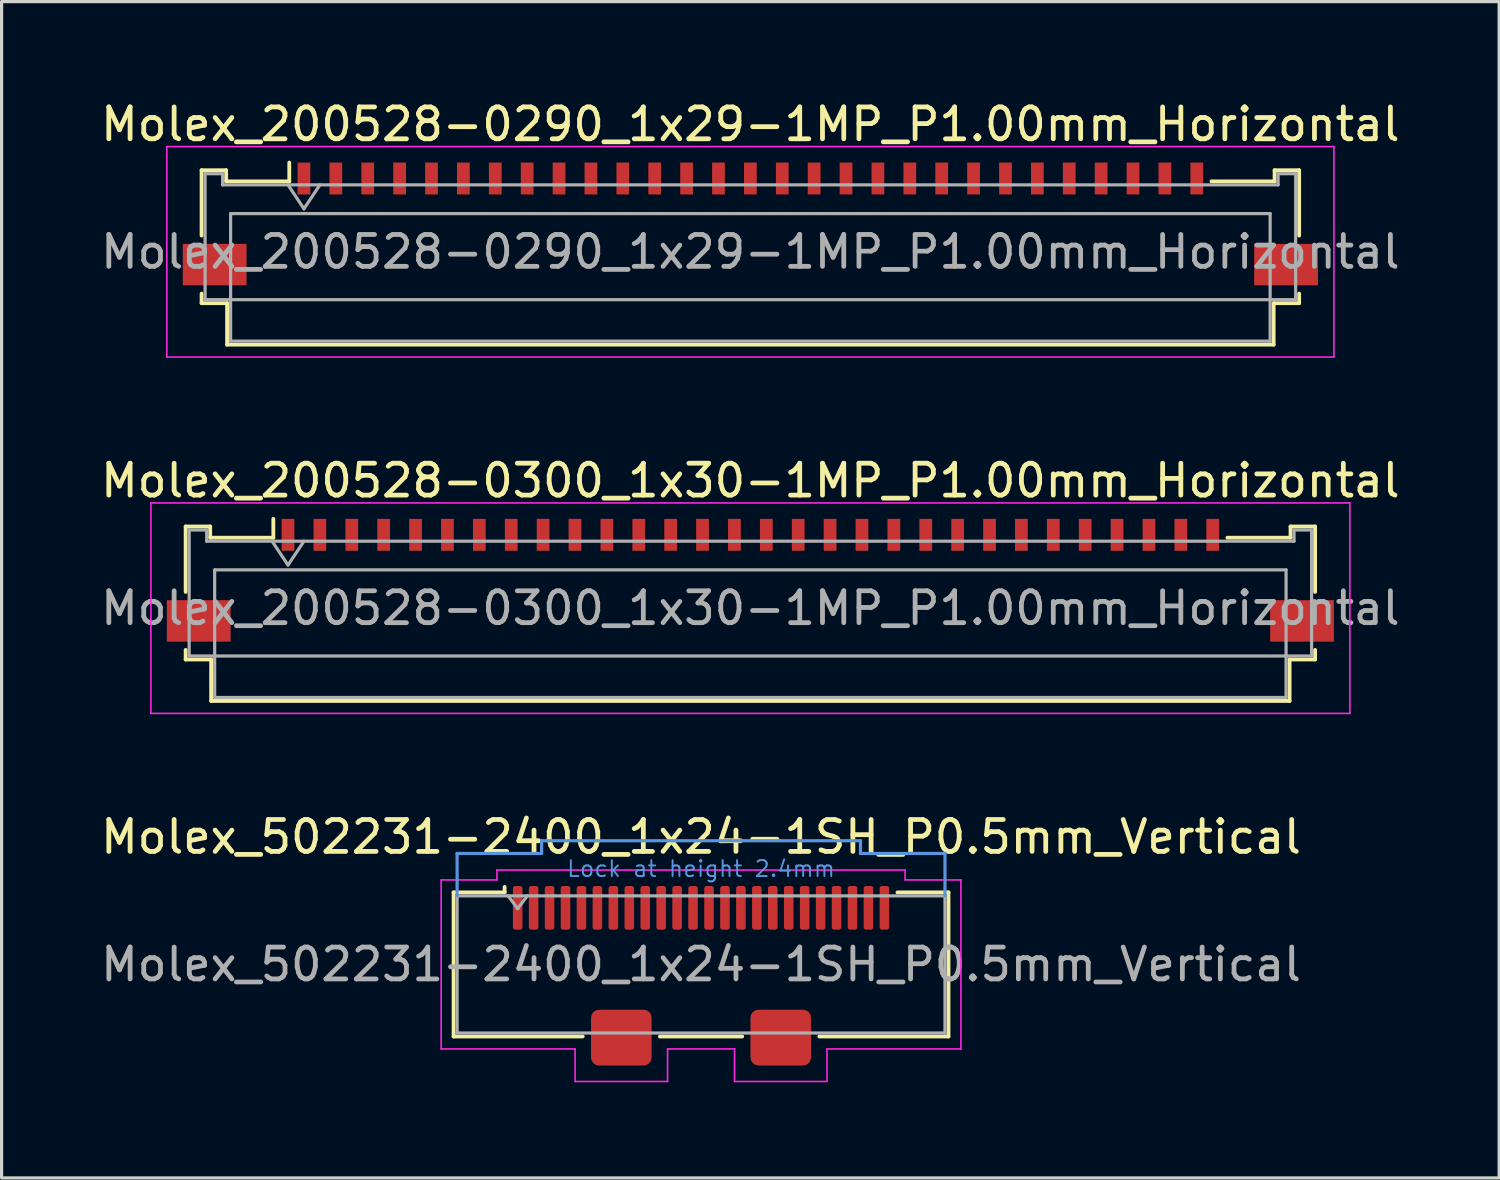
<source format=kicad_pcb>
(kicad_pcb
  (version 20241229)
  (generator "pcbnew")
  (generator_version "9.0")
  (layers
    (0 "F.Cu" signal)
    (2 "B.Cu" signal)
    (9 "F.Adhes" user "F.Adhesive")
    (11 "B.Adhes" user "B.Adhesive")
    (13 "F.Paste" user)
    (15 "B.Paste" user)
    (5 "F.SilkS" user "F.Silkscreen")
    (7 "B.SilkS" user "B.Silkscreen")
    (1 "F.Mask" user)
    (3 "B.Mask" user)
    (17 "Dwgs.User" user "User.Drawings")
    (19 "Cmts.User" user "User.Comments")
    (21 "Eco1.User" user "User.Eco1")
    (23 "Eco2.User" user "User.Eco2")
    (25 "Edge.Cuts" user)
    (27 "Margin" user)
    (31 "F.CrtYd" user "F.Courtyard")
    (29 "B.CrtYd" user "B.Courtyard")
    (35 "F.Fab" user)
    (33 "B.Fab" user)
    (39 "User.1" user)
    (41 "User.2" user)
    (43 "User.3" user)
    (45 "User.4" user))
  (footprint "Molex_200528-0300_1x30-1MP_P1.00mm_Horizontal"
    (layer "F.Cu")
    (at 20.482 14.632)
    (property "Reference" "Molex_200528-0300_1x30-1MP_P1.00mm_Horizontal" (at 0 -2.61 0) (layer "F.SilkS") (effects (font (size 1 1) (thickness 0.15))))
    (attr smd)
    (fp_line (start -17.71 -1.17) (end -17.71 0.88) (stroke (width 0.12) (type solid)) (layer "F.SilkS"))
    (fp_line (start -17.71 2.7) (end -17.71 3) (stroke (width 0.12) (type solid)) (layer "F.SilkS"))
    (fp_line (start -17.71 3) (end -16.91 3) (stroke (width 0.12) (type solid)) (layer "F.SilkS"))
    (fp_line (start -16.94 -1.17) (end -17.71 -1.17) (stroke (width 0.12) (type solid)) (layer "F.SilkS"))
    (fp_line (start -16.94 -0.82) (end -16.94 -1.17) (stroke (width 0.12) (type solid)) (layer "F.SilkS"))
    (fp_line (start -16.91 3) (end -16.91 4.3) (stroke (width 0.12) (type solid)) (layer "F.SilkS"))
    (fp_line (start -16.91 4.3) (end 16.91 4.3) (stroke (width 0.12) (type solid)) (layer "F.SilkS"))
    (fp_line (start -14.96 -1.41) (end -14.96 -0.82) (stroke (width 0.12) (type solid)) (layer "F.SilkS"))
    (fp_line (start -14.96 -0.82) (end -16.94 -0.82) (stroke (width 0.12) (type solid)) (layer "F.SilkS"))
    (fp_line (start 16.91 3) (end 17.71 3) (stroke (width 0.12) (type solid)) (layer "F.SilkS"))
    (fp_line (start 16.91 4.3) (end 16.91 3) (stroke (width 0.12) (type solid)) (layer "F.SilkS"))
    (fp_line (start 16.94 -1.17) (end 16.94 -0.82) (stroke (width 0.12) (type solid)) (layer "F.SilkS"))
    (fp_line (start 16.94 -0.82) (end 14.96 -0.82) (stroke (width 0.12) (type solid)) (layer "F.SilkS"))
    (fp_line (start 17.71 -1.17) (end 16.94 -1.17) (stroke (width 0.12) (type solid)) (layer "F.SilkS"))
    (fp_line (start 17.71 0.88) (end 17.71 -1.17) (stroke (width 0.12) (type solid)) (layer "F.SilkS"))
    (fp_line (start 17.71 3) (end 17.71 2.7) (stroke (width 0.12) (type solid)) (layer "F.SilkS"))
    (fp_line (start -18.8 -1.91) (end -18.8 4.69) (stroke (width 0.05) (type solid)) (layer "F.CrtYd"))
    (fp_line (start -18.8 4.69) (end 18.8 4.69) (stroke (width 0.05) (type solid)) (layer "F.CrtYd"))
    (fp_line (start 18.8 -1.91) (end -18.8 -1.91) (stroke (width 0.05) (type solid)) (layer "F.CrtYd"))
    (fp_line (start 18.8 4.69) (end 18.8 -1.91) (stroke (width 0.05) (type solid)) (layer "F.CrtYd"))
    (fp_line (start -17.6 -1.06) (end -17.6 2.89) (stroke (width 0.1) (type solid)) (layer "F.Fab"))
    (fp_line (start -17.6 2.89) (end 17.6 2.89) (stroke (width 0.1) (type solid)) (layer "F.Fab"))
    (fp_line (start -17.05 -1.06) (end -17.6 -1.06) (stroke (width 0.1) (type solid)) (layer "F.Fab"))
    (fp_line (start -17.05 -0.71) (end -17.05 -1.06) (stroke (width 0.1) (type solid)) (layer "F.Fab"))
    (fp_line (start -16.8 0.19) (end -16.8 4.19) (stroke (width 0.1) (type solid)) (layer "F.Fab"))
    (fp_line (start -16.8 4.19) (end 16.8 4.19) (stroke (width 0.1) (type solid)) (layer "F.Fab"))
    (fp_line (start -15 -0.71) (end -14.5 0.04) (stroke (width 0.1) (type solid)) (layer "F.Fab"))
    (fp_line (start -14.5 0.04) (end -14 -0.71) (stroke (width 0.1) (type solid)) (layer "F.Fab"))
    (fp_line (start 16.8 0.19) (end -16.8 0.19) (stroke (width 0.1) (type solid)) (layer "F.Fab"))
    (fp_line (start 16.8 4.19) (end 16.8 0.19) (stroke (width 0.1) (type solid)) (layer "F.Fab"))
    (fp_line (start 17.05 -1.06) (end 17.05 -0.71) (stroke (width 0.1) (type solid)) (layer "F.Fab"))
    (fp_line (start 17.05 -0.71) (end -17.05 -0.71) (stroke (width 0.1) (type solid)) (layer "F.Fab"))
    (fp_line (start 17.6 -1.06) (end 17.05 -1.06) (stroke (width 0.1) (type solid)) (layer "F.Fab"))
    (fp_line (start 17.6 2.89) (end 17.6 -1.06) (stroke (width 0.1) (type solid)) (layer "F.Fab"))
    (fp_text user "${REFERENCE}" (at 0 1.39 0) (layer "F.Fab") (effects (font (size 1 1) (thickness 0.15))))
    (pad "1" smd rect (at -14.5 -0.91) (size 0.4 1) (layers "F.Cu" "F.Mask" "F.Paste"))
    (pad "2" smd rect (at -13.5 -0.91) (size 0.4 1) (layers "F.Cu" "F.Mask" "F.Paste"))
    (pad "3" smd rect (at -12.5 -0.91) (size 0.4 1) (layers "F.Cu" "F.Mask" "F.Paste"))
    (pad "4" smd rect (at -11.5 -0.91) (size 0.4 1) (layers "F.Cu" "F.Mask" "F.Paste"))
    (pad "5" smd rect (at -10.5 -0.91) (size 0.4 1) (layers "F.Cu" "F.Mask" "F.Paste"))
    (pad "6" smd rect (at -9.5 -0.91) (size 0.4 1) (layers "F.Cu" "F.Mask" "F.Paste"))
    (pad "7" smd rect (at -8.5 -0.91) (size 0.4 1) (layers "F.Cu" "F.Mask" "F.Paste"))
    (pad "8" smd rect (at -7.5 -0.91) (size 0.4 1) (layers "F.Cu" "F.Mask" "F.Paste"))
    (pad "9" smd rect (at -6.5 -0.91) (size 0.4 1) (layers "F.Cu" "F.Mask" "F.Paste"))
    (pad "10" smd rect (at -5.5 -0.91) (size 0.4 1) (layers "F.Cu" "F.Mask" "F.Paste"))
    (pad "11" smd rect (at -4.5 -0.91) (size 0.4 1) (layers "F.Cu" "F.Mask" "F.Paste"))
    (pad "12" smd rect (at -3.5 -0.91) (size 0.4 1) (layers "F.Cu" "F.Mask" "F.Paste"))
    (pad "13" smd rect (at -2.5 -0.91) (size 0.4 1) (layers "F.Cu" "F.Mask" "F.Paste"))
    (pad "14" smd rect (at -1.5 -0.91) (size 0.4 1) (layers "F.Cu" "F.Mask" "F.Paste"))
    (pad "15" smd rect (at -0.5 -0.91) (size 0.4 1) (layers "F.Cu" "F.Mask" "F.Paste"))
    (pad "16" smd rect (at 0.5 -0.91) (size 0.4 1) (layers "F.Cu" "F.Mask" "F.Paste"))
    (pad "17" smd rect (at 1.5 -0.91) (size 0.4 1) (layers "F.Cu" "F.Mask" "F.Paste"))
    (pad "18" smd rect (at 2.5 -0.91) (size 0.4 1) (layers "F.Cu" "F.Mask" "F.Paste"))
    (pad "19" smd rect (at 3.5 -0.91) (size 0.4 1) (layers "F.Cu" "F.Mask" "F.Paste"))
    (pad "20" smd rect (at 4.5 -0.91) (size 0.4 1) (layers "F.Cu" "F.Mask" "F.Paste"))
    (pad "21" smd rect (at 5.5 -0.91) (size 0.4 1) (layers "F.Cu" "F.Mask" "F.Paste"))
    (pad "22" smd rect (at 6.5 -0.91) (size 0.4 1) (layers "F.Cu" "F.Mask" "F.Paste"))
    (pad "23" smd rect (at 7.5 -0.91) (size 0.4 1) (layers "F.Cu" "F.Mask" "F.Paste"))
    (pad "24" smd rect (at 8.5 -0.91) (size 0.4 1) (layers "F.Cu" "F.Mask" "F.Paste"))
    (pad "25" smd rect (at 9.5 -0.91) (size 0.4 1) (layers "F.Cu" "F.Mask" "F.Paste"))
    (pad "26" smd rect (at 10.5 -0.91) (size 0.4 1) (layers "F.Cu" "F.Mask" "F.Paste"))
    (pad "27" smd rect (at 11.5 -0.91) (size 0.4 1) (layers "F.Cu" "F.Mask" "F.Paste"))
    (pad "28" smd rect (at 12.5 -0.91) (size 0.4 1) (layers "F.Cu" "F.Mask" "F.Paste"))
    (pad "29" smd rect (at 13.5 -0.91) (size 0.4 1) (layers "F.Cu" "F.Mask" "F.Paste"))
    (pad "30" smd rect (at 14.5 -0.91) (size 0.4 1) (layers "F.Cu" "F.Mask" "F.Paste"))
    (pad "MP" smd rect (at -17.3 1.79) (size 2 1.3) (layers "F.Cu" "F.Mask" "F.Paste"))
    (pad "MP" smd rect (at 17.3 1.79) (size 2 1.3) (layers "F.Cu" "F.Mask" "F.Paste")))
  (footprint "Molex_502231-2400_1x24-1SH_P0.5mm_Vertical"
    (layer "F.Cu")
    (at 18.935 26.465)
    (property "Reference" "Molex_502231-2400_1x24-1SH_P0.5mm_Vertical" (at 0 -3.27 0) (layer "F.SilkS") (effects (font (size 1 1) (thickness 0.15))))
    (attr smd)
    (fp_line (start -7.76 2.99) (end -7.76 -1.53) (stroke (width 0.12) (type solid)) (layer "F.SilkS"))
    (fp_line (start -6.16 -1.53) (end -7.76 -1.53) (stroke (width 0.12) (type solid)) (layer "F.SilkS"))
    (fp_line (start -6.16 -1.53) (end -6.16 -1.7) (stroke (width 0.12) (type solid)) (layer "F.SilkS"))
    (fp_line (start -3.71 2.99) (end -7.76 2.99) (stroke (width 0.12) (type solid)) (layer "F.SilkS"))
    (fp_line (start -1.29 2.99) (end 1.29 2.99) (stroke (width 0.12) (type solid)) (layer "F.SilkS"))
    (fp_line (start 3.71 2.99) (end 7.76 2.99) (stroke (width 0.12) (type solid)) (layer "F.SilkS"))
    (fp_line (start 6.16 -1.53) (end 7.76 -1.53) (stroke (width 0.12) (type solid)) (layer "F.SilkS"))
    (fp_line (start 7.76 2.99) (end 7.76 -1.53) (stroke (width 0.12) (type solid)) (layer "F.SilkS"))
    (fp_line (start -7.65 -2.75) (end -7.65 -1.42) (stroke (width 0.1) (type solid)) (layer "Cmts.User"))
    (fp_line (start -5 -3.15) (end -5 -2.75) (stroke (width 0.1) (type solid)) (layer "Cmts.User"))
    (fp_line (start -5 -3.15) (end 5 -3.15) (stroke (width 0.1) (type solid)) (layer "Cmts.User"))
    (fp_line (start -5 -2.75) (end -7.65 -2.75) (stroke (width 0.1) (type solid)) (layer "Cmts.User"))
    (fp_line (start 5 -3.15) (end 5 -2.75) (stroke (width 0.1) (type solid)) (layer "Cmts.User"))
    (fp_line (start 5 -2.75) (end 7.65 -2.75) (stroke (width 0.1) (type solid)) (layer "Cmts.User"))
    (fp_line (start 7.65 -2.75) (end 7.65 -1.42) (stroke (width 0.1) (type solid)) (layer "Cmts.User"))
    (fp_line (start -8.15 -1.92) (end -6.4 -1.92) (stroke (width 0.05) (type solid)) (layer "F.CrtYd"))
    (fp_line (start -8.15 3.38) (end -8.15 -1.92) (stroke (width 0.05) (type solid)) (layer "F.CrtYd"))
    (fp_line (start -6.4 -1.92) (end -6.4 -2.23) (stroke (width 0.05) (type solid)) (layer "F.CrtYd"))
    (fp_line (start -3.95 3.38) (end -8.15 3.38) (stroke (width 0.05) (type solid)) (layer "F.CrtYd"))
    (fp_line (start -3.95 3.38) (end -3.95 4.4) (stroke (width 0.05) (type solid)) (layer "F.CrtYd"))
    (fp_line (start -1.05 3.38) (end -1.05 4.4) (stroke (width 0.05) (type solid)) (layer "F.CrtYd"))
    (fp_line (start -1.05 4.4) (end -3.95 4.4) (stroke (width 0.05) (type solid)) (layer "F.CrtYd"))
    (fp_line (start 1.05 3.38) (end -1.05 3.38) (stroke (width 0.05) (type solid)) (layer "F.CrtYd"))
    (fp_line (start 1.05 3.38) (end 1.05 4.4) (stroke (width 0.05) (type solid)) (layer "F.CrtYd"))
    (fp_line (start 1.05 4.4) (end 3.95 4.4) (stroke (width 0.05) (type solid)) (layer "F.CrtYd"))
    (fp_line (start 3.95 3.38) (end 3.95 4.4) (stroke (width 0.05) (type solid)) (layer "F.CrtYd"))
    (fp_line (start 3.95 3.38) (end 8.15 3.38) (stroke (width 0.05) (type solid)) (layer "F.CrtYd"))
    (fp_line (start 6.4 -2.23) (end -6.4 -2.23) (stroke (width 0.05) (type solid)) (layer "F.CrtYd"))
    (fp_line (start 6.4 -1.92) (end 6.4 -2.23) (stroke (width 0.05) (type solid)) (layer "F.CrtYd"))
    (fp_line (start 8.15 -1.92) (end 6.4 -1.92) (stroke (width 0.05) (type solid)) (layer "F.CrtYd"))
    (fp_line (start 8.15 3.38) (end 8.15 -1.92) (stroke (width 0.05) (type solid)) (layer "F.CrtYd"))
    (fp_line (start -7.65 -1.42) (end -7.65 2.88) (stroke (width 0.1) (type solid)) (layer "F.Fab"))
    (fp_line (start -7.65 -1.42) (end 7.65 -1.42) (stroke (width 0.1) (type solid)) (layer "F.Fab"))
    (fp_line (start -7.65 2.88) (end 7.65 2.88) (stroke (width 0.1) (type solid)) (layer "F.Fab"))
    (fp_line (start -6.05 -1.42) (end -5.75 -1.02) (stroke (width 0.1) (type solid)) (layer "F.Fab"))
    (fp_line (start -5.75 -1.02) (end -5.45 -1.42) (stroke (width 0.1) (type solid)) (layer "F.Fab"))
    (fp_line (start 7.65 -1.42) (end 7.65 2.88) (stroke (width 0.1) (type solid)) (layer "F.Fab"))
    (fp_text user "Lock at height 2.4mm" (at 0 -2.27 0) (layer "Cmts.User") (effects (font (size 0.5 0.5) (thickness 0.06))))
    (fp_text user "${REFERENCE}" (at 0 0.73 0) (layer "F.Fab") (effects (font (size 1 1) (thickness 0.15))))
    (pad "1" smd roundrect (at -5.75 -1.045) (size 0.3 1.37) (layers "F.Cu" "F.Mask" "F.Paste") (roundrect_rratio 0.25))
    (pad "2" smd roundrect (at -5.25 -1.045) (size 0.3 1.37) (layers "F.Cu" "F.Mask" "F.Paste") (roundrect_rratio 0.25))
    (pad "3" smd roundrect (at -4.75 -1.045) (size 0.3 1.37) (layers "F.Cu" "F.Mask" "F.Paste") (roundrect_rratio 0.25))
    (pad "4" smd roundrect (at -4.25 -1.045) (size 0.3 1.37) (layers "F.Cu" "F.Mask" "F.Paste") (roundrect_rratio 0.25))
    (pad "5" smd roundrect (at -3.75 -1.045) (size 0.3 1.37) (layers "F.Cu" "F.Mask" "F.Paste") (roundrect_rratio 0.25))
    (pad "6" smd roundrect (at -3.25 -1.045) (size 0.3 1.37) (layers "F.Cu" "F.Mask" "F.Paste") (roundrect_rratio 0.25))
    (pad "7" smd roundrect (at -2.75 -1.045) (size 0.3 1.37) (layers "F.Cu" "F.Mask" "F.Paste") (roundrect_rratio 0.25))
    (pad "8" smd roundrect (at -2.25 -1.045) (size 0.3 1.37) (layers "F.Cu" "F.Mask" "F.Paste") (roundrect_rratio 0.25))
    (pad "9" smd roundrect (at -1.75 -1.045) (size 0.3 1.37) (layers "F.Cu" "F.Mask" "F.Paste") (roundrect_rratio 0.25))
    (pad "10" smd roundrect (at -1.25 -1.045) (size 0.3 1.37) (layers "F.Cu" "F.Mask" "F.Paste") (roundrect_rratio 0.25))
    (pad "11" smd roundrect (at -0.75 -1.045) (size 0.3 1.37) (layers "F.Cu" "F.Mask" "F.Paste") (roundrect_rratio 0.25))
    (pad "12" smd roundrect (at -0.25 -1.045) (size 0.3 1.37) (layers "F.Cu" "F.Mask" "F.Paste") (roundrect_rratio 0.25))
    (pad "13" smd roundrect (at 0.25 -1.045) (size 0.3 1.37) (layers "F.Cu" "F.Mask" "F.Paste") (roundrect_rratio 0.25))
    (pad "14" smd roundrect (at 0.75 -1.045) (size 0.3 1.37) (layers "F.Cu" "F.Mask" "F.Paste") (roundrect_rratio 0.25))
    (pad "15" smd roundrect (at 1.25 -1.045) (size 0.3 1.37) (layers "F.Cu" "F.Mask" "F.Paste") (roundrect_rratio 0.25))
    (pad "16" smd roundrect (at 1.75 -1.045) (size 0.3 1.37) (layers "F.Cu" "F.Mask" "F.Paste") (roundrect_rratio 0.25))
    (pad "17" smd roundrect (at 2.25 -1.045) (size 0.3 1.37) (layers "F.Cu" "F.Mask" "F.Paste") (roundrect_rratio 0.25))
    (pad "18" smd roundrect (at 2.75 -1.045) (size 0.3 1.37) (layers "F.Cu" "F.Mask" "F.Paste") (roundrect_rratio 0.25))
    (pad "19" smd roundrect (at 3.25 -1.045) (size 0.3 1.37) (layers "F.Cu" "F.Mask" "F.Paste") (roundrect_rratio 0.25))
    (pad "20" smd roundrect (at 3.75 -1.045) (size 0.3 1.37) (layers "F.Cu" "F.Mask" "F.Paste") (roundrect_rratio 0.25))
    (pad "21" smd roundrect (at 4.25 -1.045) (size 0.3 1.37) (layers "F.Cu" "F.Mask" "F.Paste") (roundrect_rratio 0.25))
    (pad "22" smd roundrect (at 4.75 -1.045) (size 0.3 1.37) (layers "F.Cu" "F.Mask" "F.Paste") (roundrect_rratio 0.25))
    (pad "23" smd roundrect (at 5.25 -1.045) (size 0.3 1.37) (layers "F.Cu" "F.Mask" "F.Paste") (roundrect_rratio 0.25))
    (pad "24" smd roundrect (at 5.75 -1.045) (size 0.3 1.37) (layers "F.Cu" "F.Mask" "F.Paste") (roundrect_rratio 0.25))
    (pad "SH" smd roundrect (at -2.5 3.025) (size 1.9 1.75) (layers "F.Cu" "F.Mask" "F.Paste") (roundrect_rratio 0.143))
    (pad "SH" smd roundrect (at 2.5 3.025) (size 1.9 1.75) (layers "F.Cu" "F.Mask" "F.Paste") (roundrect_rratio 0.143)))
  (footprint "Molex_200528-0290_1x29-1MP_P1.00mm_Horizontal"
    (layer "F.Cu")
    (at 20.482 3.458)
    (property "Reference" "Molex_200528-0290_1x29-1MP_P1.00mm_Horizontal" (at 0 -2.61 0) (layer "F.SilkS") (effects (font (size 1 1) (thickness 0.15))))
    (attr smd)
    (fp_line (start -17.21 -1.17) (end -17.21 0.88) (stroke (width 0.12) (type solid)) (layer "F.SilkS"))
    (fp_line (start -17.21 2.7) (end -17.21 3) (stroke (width 0.12) (type solid)) (layer "F.SilkS"))
    (fp_line (start -17.21 3) (end -16.41 3) (stroke (width 0.12) (type solid)) (layer "F.SilkS"))
    (fp_line (start -16.44 -1.17) (end -17.21 -1.17) (stroke (width 0.12) (type solid)) (layer "F.SilkS"))
    (fp_line (start -16.44 -0.82) (end -16.44 -1.17) (stroke (width 0.12) (type solid)) (layer "F.SilkS"))
    (fp_line (start -16.41 3) (end -16.41 4.3) (stroke (width 0.12) (type solid)) (layer "F.SilkS"))
    (fp_line (start -16.41 4.3) (end 16.41 4.3) (stroke (width 0.12) (type solid)) (layer "F.SilkS"))
    (fp_line (start -14.46 -1.41) (end -14.46 -0.82) (stroke (width 0.12) (type solid)) (layer "F.SilkS"))
    (fp_line (start -14.46 -0.82) (end -16.44 -0.82) (stroke (width 0.12) (type solid)) (layer "F.SilkS"))
    (fp_line (start 16.41 3) (end 17.21 3) (stroke (width 0.12) (type solid)) (layer "F.SilkS"))
    (fp_line (start 16.41 4.3) (end 16.41 3) (stroke (width 0.12) (type solid)) (layer "F.SilkS"))
    (fp_line (start 16.44 -1.17) (end 16.44 -0.82) (stroke (width 0.12) (type solid)) (layer "F.SilkS"))
    (fp_line (start 16.44 -0.82) (end 14.46 -0.82) (stroke (width 0.12) (type solid)) (layer "F.SilkS"))
    (fp_line (start 17.21 -1.17) (end 16.44 -1.17) (stroke (width 0.12) (type solid)) (layer "F.SilkS"))
    (fp_line (start 17.21 0.88) (end 17.21 -1.17) (stroke (width 0.12) (type solid)) (layer "F.SilkS"))
    (fp_line (start 17.21 3) (end 17.21 2.7) (stroke (width 0.12) (type solid)) (layer "F.SilkS"))
    (fp_line (start -18.3 -1.91) (end -18.3 4.69) (stroke (width 0.05) (type solid)) (layer "F.CrtYd"))
    (fp_line (start -18.3 4.69) (end 18.3 4.69) (stroke (width 0.05) (type solid)) (layer "F.CrtYd"))
    (fp_line (start 18.3 -1.91) (end -18.3 -1.91) (stroke (width 0.05) (type solid)) (layer "F.CrtYd"))
    (fp_line (start 18.3 4.69) (end 18.3 -1.91) (stroke (width 0.05) (type solid)) (layer "F.CrtYd"))
    (fp_line (start -17.1 -1.06) (end -17.1 2.89) (stroke (width 0.1) (type solid)) (layer "F.Fab"))
    (fp_line (start -17.1 2.89) (end 17.1 2.89) (stroke (width 0.1) (type solid)) (layer "F.Fab"))
    (fp_line (start -16.55 -1.06) (end -17.1 -1.06) (stroke (width 0.1) (type solid)) (layer "F.Fab"))
    (fp_line (start -16.55 -0.71) (end -16.55 -1.06) (stroke (width 0.1) (type solid)) (layer "F.Fab"))
    (fp_line (start -16.3 0.19) (end -16.3 4.19) (stroke (width 0.1) (type solid)) (layer "F.Fab"))
    (fp_line (start -16.3 4.19) (end 16.3 4.19) (stroke (width 0.1) (type solid)) (layer "F.Fab"))
    (fp_line (start -14.5 -0.71) (end -14 0.04) (stroke (width 0.1) (type solid)) (layer "F.Fab"))
    (fp_line (start -14 0.04) (end -13.5 -0.71) (stroke (width 0.1) (type solid)) (layer "F.Fab"))
    (fp_line (start 16.3 0.19) (end -16.3 0.19) (stroke (width 0.1) (type solid)) (layer "F.Fab"))
    (fp_line (start 16.3 4.19) (end 16.3 0.19) (stroke (width 0.1) (type solid)) (layer "F.Fab"))
    (fp_line (start 16.55 -1.06) (end 16.55 -0.71) (stroke (width 0.1) (type solid)) (layer "F.Fab"))
    (fp_line (start 16.55 -0.71) (end -16.55 -0.71) (stroke (width 0.1) (type solid)) (layer "F.Fab"))
    (fp_line (start 17.1 -1.06) (end 16.55 -1.06) (stroke (width 0.1) (type solid)) (layer "F.Fab"))
    (fp_line (start 17.1 2.89) (end 17.1 -1.06) (stroke (width 0.1) (type solid)) (layer "F.Fab"))
    (fp_text user "${REFERENCE}" (at 0 1.39 0) (layer "F.Fab") (effects (font (size 1 1) (thickness 0.15))))
    (pad "1" smd rect (at -14 -0.91) (size 0.4 1) (layers "F.Cu" "F.Mask" "F.Paste"))
    (pad "2" smd rect (at -13 -0.91) (size 0.4 1) (layers "F.Cu" "F.Mask" "F.Paste"))
    (pad "3" smd rect (at -12 -0.91) (size 0.4 1) (layers "F.Cu" "F.Mask" "F.Paste"))
    (pad "4" smd rect (at -11 -0.91) (size 0.4 1) (layers "F.Cu" "F.Mask" "F.Paste"))
    (pad "5" smd rect (at -10 -0.91) (size 0.4 1) (layers "F.Cu" "F.Mask" "F.Paste"))
    (pad "6" smd rect (at -9 -0.91) (size 0.4 1) (layers "F.Cu" "F.Mask" "F.Paste"))
    (pad "7" smd rect (at -8 -0.91) (size 0.4 1) (layers "F.Cu" "F.Mask" "F.Paste"))
    (pad "8" smd rect (at -7 -0.91) (size 0.4 1) (layers "F.Cu" "F.Mask" "F.Paste"))
    (pad "9" smd rect (at -6 -0.91) (size 0.4 1) (layers "F.Cu" "F.Mask" "F.Paste"))
    (pad "10" smd rect (at -5 -0.91) (size 0.4 1) (layers "F.Cu" "F.Mask" "F.Paste"))
    (pad "11" smd rect (at -4 -0.91) (size 0.4 1) (layers "F.Cu" "F.Mask" "F.Paste"))
    (pad "12" smd rect (at -3 -0.91) (size 0.4 1) (layers "F.Cu" "F.Mask" "F.Paste"))
    (pad "13" smd rect (at -2 -0.91) (size 0.4 1) (layers "F.Cu" "F.Mask" "F.Paste"))
    (pad "14" smd rect (at -1 -0.91) (size 0.4 1) (layers "F.Cu" "F.Mask" "F.Paste"))
    (pad "15" smd rect (at 0 -0.91) (size 0.4 1) (layers "F.Cu" "F.Mask" "F.Paste"))
    (pad "16" smd rect (at 1 -0.91) (size 0.4 1) (layers "F.Cu" "F.Mask" "F.Paste"))
    (pad "17" smd rect (at 2 -0.91) (size 0.4 1) (layers "F.Cu" "F.Mask" "F.Paste"))
    (pad "18" smd rect (at 3 -0.91) (size 0.4 1) (layers "F.Cu" "F.Mask" "F.Paste"))
    (pad "19" smd rect (at 4 -0.91) (size 0.4 1) (layers "F.Cu" "F.Mask" "F.Paste"))
    (pad "20" smd rect (at 5 -0.91) (size 0.4 1) (layers "F.Cu" "F.Mask" "F.Paste"))
    (pad "21" smd rect (at 6 -0.91) (size 0.4 1) (layers "F.Cu" "F.Mask" "F.Paste"))
    (pad "22" smd rect (at 7 -0.91) (size 0.4 1) (layers "F.Cu" "F.Mask" "F.Paste"))
    (pad "23" smd rect (at 8 -0.91) (size 0.4 1) (layers "F.Cu" "F.Mask" "F.Paste"))
    (pad "24" smd rect (at 9 -0.91) (size 0.4 1) (layers "F.Cu" "F.Mask" "F.Paste"))
    (pad "25" smd rect (at 10 -0.91) (size 0.4 1) (layers "F.Cu" "F.Mask" "F.Paste"))
    (pad "26" smd rect (at 11 -0.91) (size 0.4 1) (layers "F.Cu" "F.Mask" "F.Paste"))
    (pad "27" smd rect (at 12 -0.91) (size 0.4 1) (layers "F.Cu" "F.Mask" "F.Paste"))
    (pad "28" smd rect (at 13 -0.91) (size 0.4 1) (layers "F.Cu" "F.Mask" "F.Paste"))
    (pad "29" smd rect (at 14 -0.91) (size 0.4 1) (layers "F.Cu" "F.Mask" "F.Paste"))
    (pad "MP" smd rect (at -16.8 1.79) (size 2 1.3) (layers "F.Cu" "F.Mask" "F.Paste"))
    (pad "MP" smd rect (at 16.8 1.79) (size 2 1.3) (layers "F.Cu" "F.Mask" "F.Paste")))
  (gr_rect
    (start -3 -3)
    (end 43.964 33.89)
    (stroke (width 0.1) (type default))
    (fill no)
    (layer "Edge.Cuts")))
</source>
